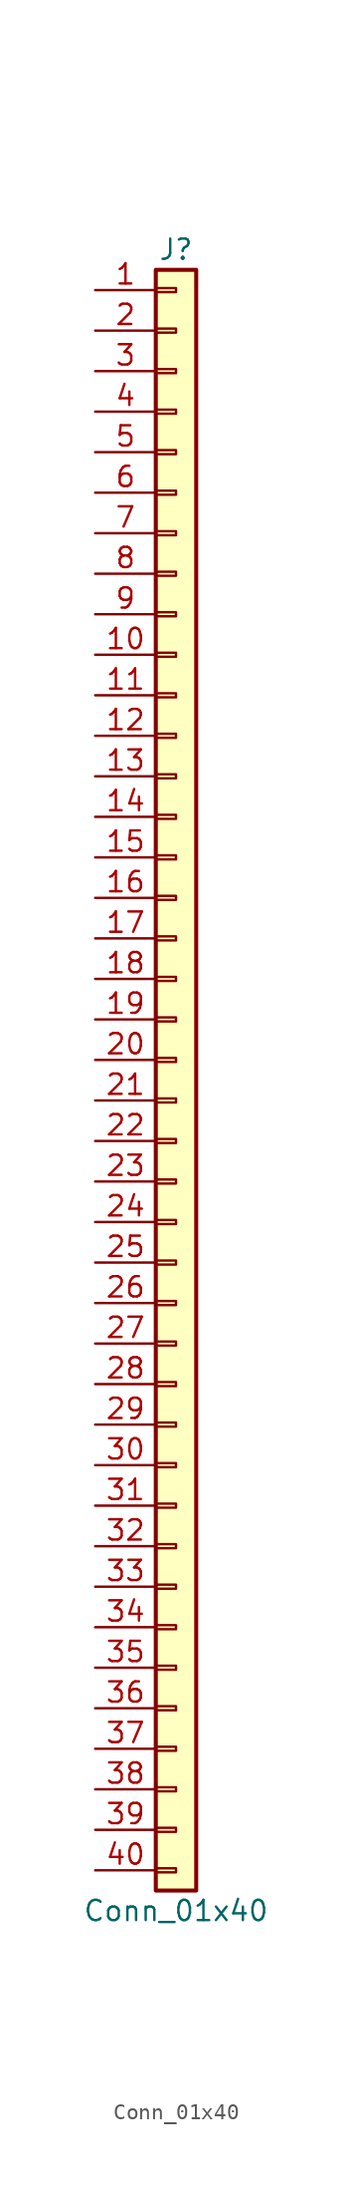
<source format=kicad_sym>
(kicad_symbol_lib
  (version 20220914)
  (generator kicad_symbol_editor)
  (symbol "Conn_01x40"
    (pin_names
      (offset 1.016) hide)
    (property "Reference" "J"
      (at 0 50.8 0)
      (effects (font (size 1.27 1.27))))
    (property "Value" "Conn_01x40"
      (at 0 -53.34 0)
      (effects (font (size 1.27 1.27))))
    (symbol "Conn_01x40_1_1"
      (rectangle (start -1.27 -50.673) (end 0 -50.927) (stroke (width 0.152) (type default)) (fill (type none)))
      (rectangle (start -1.27 -48.133) (end 0 -48.387) (stroke (width 0.152) (type default)) (fill (type none)))
      (rectangle (start -1.27 -45.593) (end 0 -45.847) (stroke (width 0.152) (type default)) (fill (type none)))
      (rectangle (start -1.27 -43.053) (end 0 -43.307) (stroke (width 0.152) (type default)) (fill (type none)))
      (rectangle (start -1.27 -40.513) (end 0 -40.767) (stroke (width 0.152) (type default)) (fill (type none)))
      (rectangle (start -1.27 -37.973) (end 0 -38.227) (stroke (width 0.152) (type default)) (fill (type none)))
      (rectangle (start -1.27 -35.433) (end 0 -35.687) (stroke (width 0.152) (type default)) (fill (type none)))
      (rectangle (start -1.27 -32.893) (end 0 -33.147) (stroke (width 0.152) (type default)) (fill (type none)))
      (rectangle (start -1.27 -30.353) (end 0 -30.607) (stroke (width 0.152) (type default)) (fill (type none)))
      (rectangle (start -1.27 -27.813) (end 0 -28.067) (stroke (width 0.152) (type default)) (fill (type none)))
      (rectangle (start -1.27 -25.273) (end 0 -25.527) (stroke (width 0.152) (type default)) (fill (type none)))
      (rectangle (start -1.27 -22.733) (end 0 -22.987) (stroke (width 0.152) (type default)) (fill (type none)))
      (rectangle (start -1.27 -20.193) (end 0 -20.447) (stroke (width 0.152) (type default)) (fill (type none)))
      (rectangle (start -1.27 -17.653) (end 0 -17.907) (stroke (width 0.152) (type default)) (fill (type none)))
      (rectangle (start -1.27 -15.113) (end 0 -15.367) (stroke (width 0.152) (type default)) (fill (type none)))
      (rectangle (start -1.27 -12.573) (end 0 -12.827) (stroke (width 0.152) (type default)) (fill (type none)))
      (rectangle (start -1.27 -10.033) (end 0 -10.287) (stroke (width 0.152) (type default)) (fill (type none)))
      (rectangle (start -1.27 -7.493) (end 0 -7.747) (stroke (width 0.152) (type default)) (fill (type none)))
      (rectangle (start -1.27 -4.953) (end 0 -5.207) (stroke (width 0.152) (type default)) (fill (type none)))
      (rectangle (start -1.27 -2.413) (end 0 -2.667) (stroke (width 0.152) (type default)) (fill (type none)))
      (rectangle (start -1.27 0.127) (end 0 -0.127) (stroke (width 0.152) (type default)) (fill (type none)))
      (rectangle (start -1.27 2.667) (end 0 2.413) (stroke (width 0.152) (type default)) (fill (type none)))
      (rectangle (start -1.27 5.207) (end 0 4.953) (stroke (width 0.152) (type default)) (fill (type none)))
      (rectangle (start -1.27 7.747) (end 0 7.493) (stroke (width 0.152) (type default)) (fill (type none)))
      (rectangle (start -1.27 10.287) (end 0 10.033) (stroke (width 0.152) (type default)) (fill (type none)))
      (rectangle (start -1.27 12.827) (end 0 12.573) (stroke (width 0.152) (type default)) (fill (type none)))
      (rectangle (start -1.27 15.367) (end 0 15.113) (stroke (width 0.152) (type default)) (fill (type none)))
      (rectangle (start -1.27 17.907) (end 0 17.653) (stroke (width 0.152) (type default)) (fill (type none)))
      (rectangle (start -1.27 20.447) (end 0 20.193) (stroke (width 0.152) (type default)) (fill (type none)))
      (rectangle (start -1.27 22.987) (end 0 22.733) (stroke (width 0.152) (type default)) (fill (type none)))
      (rectangle (start -1.27 25.527) (end 0 25.273) (stroke (width 0.152) (type default)) (fill (type none)))
      (rectangle (start -1.27 28.067) (end 0 27.813) (stroke (width 0.152) (type default)) (fill (type none)))
      (rectangle (start -1.27 30.607) (end 0 30.353) (stroke (width 0.152) (type default)) (fill (type none)))
      (rectangle (start -1.27 33.147) (end 0 32.893) (stroke (width 0.152) (type default)) (fill (type none)))
      (rectangle (start -1.27 35.687) (end 0 35.433) (stroke (width 0.152) (type default)) (fill (type none)))
      (rectangle (start -1.27 38.227) (end 0 37.973) (stroke (width 0.152) (type default)) (fill (type none)))
      (rectangle (start -1.27 40.767) (end 0 40.513) (stroke (width 0.152) (type default)) (fill (type none)))
      (rectangle (start -1.27 43.307) (end 0 43.053) (stroke (width 0.152) (type default)) (fill (type none)))
      (rectangle (start -1.27 45.847) (end 0 45.593) (stroke (width 0.152) (type default)) (fill (type none)))
      (rectangle (start -1.27 48.387) (end 0 48.133) (stroke (width 0.152) (type default)) (fill (type none)))
      (rectangle (start -1.27 49.53) (end 1.27 -52.07) (stroke (width 0.254) (type default)) (fill (type background)))
      (pin passive line (at -5.08 48.26 0) (length 3.81) (name "Pin_1" (effects (font (size 1.27 1.27)))) (number "1" (effects (font (size 1.27 1.27)))))
      (pin passive line (at -5.08 25.4 0) (length 3.81) (name "Pin_10" (effects (font (size 1.27 1.27)))) (number "10" (effects (font (size 1.27 1.27)))))
      (pin passive line (at -5.08 22.86 0) (length 3.81) (name "Pin_11" (effects (font (size 1.27 1.27)))) (number "11" (effects (font (size 1.27 1.27)))))
      (pin passive line (at -5.08 20.32 0) (length 3.81) (name "Pin_12" (effects (font (size 1.27 1.27)))) (number "12" (effects (font (size 1.27 1.27)))))
      (pin passive line (at -5.08 17.78 0) (length 3.81) (name "Pin_13" (effects (font (size 1.27 1.27)))) (number "13" (effects (font (size 1.27 1.27)))))
      (pin passive line (at -5.08 15.24 0) (length 3.81) (name "Pin_14" (effects (font (size 1.27 1.27)))) (number "14" (effects (font (size 1.27 1.27)))))
      (pin passive line (at -5.08 12.7 0) (length 3.81) (name "Pin_15" (effects (font (size 1.27 1.27)))) (number "15" (effects (font (size 1.27 1.27)))))
      (pin passive line (at -5.08 10.16 0) (length 3.81) (name "Pin_16" (effects (font (size 1.27 1.27)))) (number "16" (effects (font (size 1.27 1.27)))))
      (pin passive line (at -5.08 7.62 0) (length 3.81) (name "Pin_17" (effects (font (size 1.27 1.27)))) (number "17" (effects (font (size 1.27 1.27)))))
      (pin passive line (at -5.08 5.08 0) (length 3.81) (name "Pin_18" (effects (font (size 1.27 1.27)))) (number "18" (effects (font (size 1.27 1.27)))))
      (pin passive line (at -5.08 2.54 0) (length 3.81) (name "Pin_19" (effects (font (size 1.27 1.27)))) (number "19" (effects (font (size 1.27 1.27)))))
      (pin passive line (at -5.08 45.72 0) (length 3.81) (name "Pin_2" (effects (font (size 1.27 1.27)))) (number "2" (effects (font (size 1.27 1.27)))))
      (pin passive line (at -5.08 0 0) (length 3.81) (name "Pin_20" (effects (font (size 1.27 1.27)))) (number "20" (effects (font (size 1.27 1.27)))))
      (pin passive line (at -5.08 -2.54 0) (length 3.81) (name "Pin_21" (effects (font (size 1.27 1.27)))) (number "21" (effects (font (size 1.27 1.27)))))
      (pin passive line (at -5.08 -5.08 0) (length 3.81) (name "Pin_22" (effects (font (size 1.27 1.27)))) (number "22" (effects (font (size 1.27 1.27)))))
      (pin passive line (at -5.08 -7.62 0) (length 3.81) (name "Pin_23" (effects (font (size 1.27 1.27)))) (number "23" (effects (font (size 1.27 1.27)))))
      (pin passive line (at -5.08 -10.16 0) (length 3.81) (name "Pin_24" (effects (font (size 1.27 1.27)))) (number "24" (effects (font (size 1.27 1.27)))))
      (pin passive line (at -5.08 -12.7 0) (length 3.81) (name "Pin_25" (effects (font (size 1.27 1.27)))) (number "25" (effects (font (size 1.27 1.27)))))
      (pin passive line (at -5.08 -15.24 0) (length 3.81) (name "Pin_26" (effects (font (size 1.27 1.27)))) (number "26" (effects (font (size 1.27 1.27)))))
      (pin passive line (at -5.08 -17.78 0) (length 3.81) (name "Pin_27" (effects (font (size 1.27 1.27)))) (number "27" (effects (font (size 1.27 1.27)))))
      (pin passive line (at -5.08 -20.32 0) (length 3.81) (name "Pin_28" (effects (font (size 1.27 1.27)))) (number "28" (effects (font (size 1.27 1.27)))))
      (pin passive line (at -5.08 -22.86 0) (length 3.81) (name "Pin_29" (effects (font (size 1.27 1.27)))) (number "29" (effects (font (size 1.27 1.27)))))
      (pin passive line (at -5.08 43.18 0) (length 3.81) (name "Pin_3" (effects (font (size 1.27 1.27)))) (number "3" (effects (font (size 1.27 1.27)))))
      (pin passive line (at -5.08 -25.4 0) (length 3.81) (name "Pin_30" (effects (font (size 1.27 1.27)))) (number "30" (effects (font (size 1.27 1.27)))))
      (pin passive line (at -5.08 -27.94 0) (length 3.81) (name "Pin_31" (effects (font (size 1.27 1.27)))) (number "31" (effects (font (size 1.27 1.27)))))
      (pin passive line (at -5.08 -30.48 0) (length 3.81) (name "Pin_32" (effects (font (size 1.27 1.27)))) (number "32" (effects (font (size 1.27 1.27)))))
      (pin passive line (at -5.08 -33.02 0) (length 3.81) (name "Pin_33" (effects (font (size 1.27 1.27)))) (number "33" (effects (font (size 1.27 1.27)))))
      (pin passive line (at -5.08 -35.56 0) (length 3.81) (name "Pin_34" (effects (font (size 1.27 1.27)))) (number "34" (effects (font (size 1.27 1.27)))))
      (pin passive line (at -5.08 -38.1 0) (length 3.81) (name "Pin_35" (effects (font (size 1.27 1.27)))) (number "35" (effects (font (size 1.27 1.27)))))
      (pin passive line (at -5.08 -40.64 0) (length 3.81) (name "Pin_36" (effects (font (size 1.27 1.27)))) (number "36" (effects (font (size 1.27 1.27)))))
      (pin passive line (at -5.08 -43.18 0) (length 3.81) (name "Pin_37" (effects (font (size 1.27 1.27)))) (number "37" (effects (font (size 1.27 1.27)))))
      (pin passive line (at -5.08 -45.72 0) (length 3.81) (name "Pin_38" (effects (font (size 1.27 1.27)))) (number "38" (effects (font (size 1.27 1.27)))))
      (pin passive line (at -5.08 -48.26 0) (length 3.81) (name "Pin_39" (effects (font (size 1.27 1.27)))) (number "39" (effects (font (size 1.27 1.27)))))
      (pin passive line (at -5.08 40.64 0) (length 3.81) (name "Pin_4" (effects (font (size 1.27 1.27)))) (number "4" (effects (font (size 1.27 1.27)))))
      (pin passive line (at -5.08 -50.8 0) (length 3.81) (name "Pin_40" (effects (font (size 1.27 1.27)))) (number "40" (effects (font (size 1.27 1.27)))))
      (pin passive line (at -5.08 38.1 0) (length 3.81) (name "Pin_5" (effects (font (size 1.27 1.27)))) (number "5" (effects (font (size 1.27 1.27)))))
      (pin passive line (at -5.08 35.56 0) (length 3.81) (name "Pin_6" (effects (font (size 1.27 1.27)))) (number "6" (effects (font (size 1.27 1.27)))))
      (pin passive line (at -5.08 33.02 0) (length 3.81) (name "Pin_7" (effects (font (size 1.27 1.27)))) (number "7" (effects (font (size 1.27 1.27)))))
      (pin passive line (at -5.08 30.48 0) (length 3.81) (name "Pin_8" (effects (font (size 1.27 1.27)))) (number "8" (effects (font (size 1.27 1.27)))))
      (pin passive line (at -5.08 27.94 0) (length 3.81) (name "Pin_9" (effects (font (size 1.27 1.27)))) (number "9" (effects (font (size 1.27 1.27))))))))
</source>
